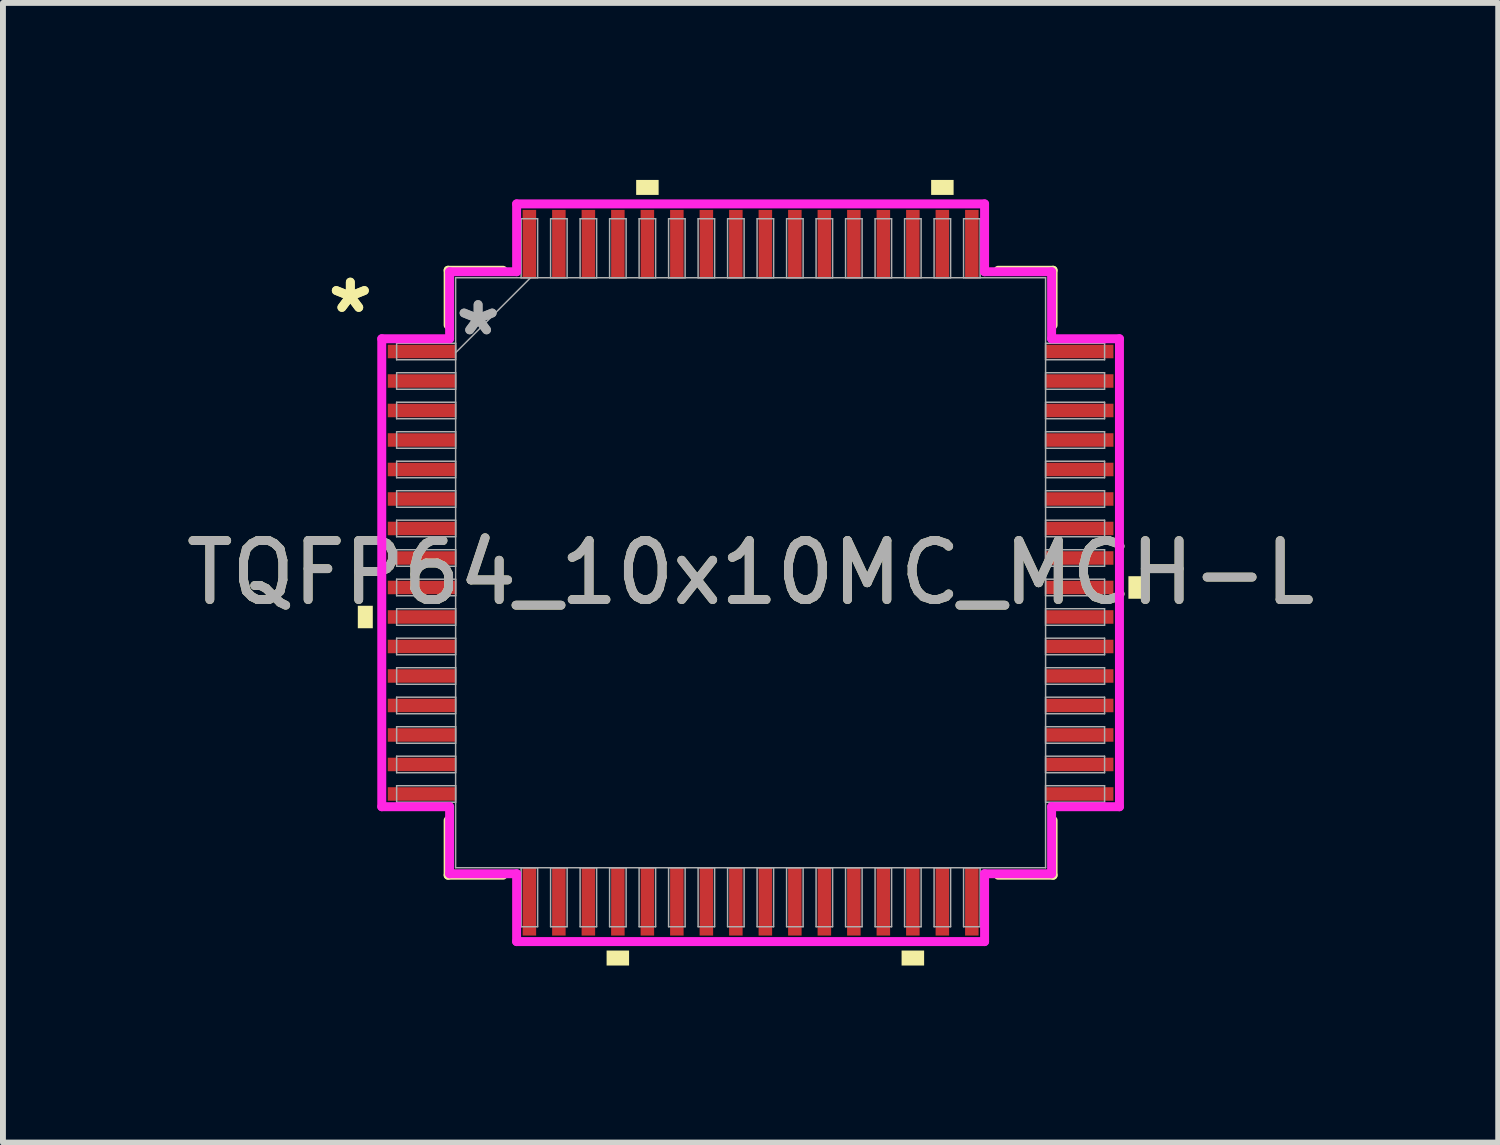
<source format=kicad_pcb>
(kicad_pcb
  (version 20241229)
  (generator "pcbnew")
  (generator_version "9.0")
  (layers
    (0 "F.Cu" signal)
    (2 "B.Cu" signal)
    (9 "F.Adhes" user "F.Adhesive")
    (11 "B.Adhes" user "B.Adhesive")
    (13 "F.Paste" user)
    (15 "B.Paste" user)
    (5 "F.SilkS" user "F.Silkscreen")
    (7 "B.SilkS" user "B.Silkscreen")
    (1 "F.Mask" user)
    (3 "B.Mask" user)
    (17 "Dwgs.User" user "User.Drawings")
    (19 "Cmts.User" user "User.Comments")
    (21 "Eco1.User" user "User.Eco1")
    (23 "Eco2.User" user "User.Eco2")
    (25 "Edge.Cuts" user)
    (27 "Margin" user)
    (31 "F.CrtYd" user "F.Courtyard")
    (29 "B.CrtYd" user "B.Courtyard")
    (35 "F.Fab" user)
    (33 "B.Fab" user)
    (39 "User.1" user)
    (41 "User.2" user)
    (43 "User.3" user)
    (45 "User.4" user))
  (footprint "TQFP64_10x10MC_MCH-L"
    (layer "F.Cu")
    (at 9.673 6.658)
    (property "Reference" "TQFP64_10x10MC_MCH-L" (at 0 0 0) (unlocked yes) (layer "F.SilkS") (effects (font (size 1 1) (thickness 0.15))))
    (attr smd)
    (fp_line (start -5.127 -5.127) (end -5.127 -4.197) (stroke (width 0.152) (type solid)) (layer "F.SilkS"))
    (fp_line (start -5.127 4.197) (end -5.127 5.127) (stroke (width 0.152) (type solid)) (layer "F.SilkS"))
    (fp_line (start -5.127 5.127) (end -4.197 5.127) (stroke (width 0.152) (type solid)) (layer "F.SilkS"))
    (fp_line (start -4.197 -5.127) (end -5.127 -5.127) (stroke (width 0.152) (type solid)) (layer "F.SilkS"))
    (fp_line (start 4.197 5.127) (end 5.127 5.127) (stroke (width 0.152) (type solid)) (layer "F.SilkS"))
    (fp_line (start 5.127 -5.127) (end 4.197 -5.127) (stroke (width 0.152) (type solid)) (layer "F.SilkS"))
    (fp_line (start 5.127 -4.197) (end 5.127 -5.127) (stroke (width 0.152) (type solid)) (layer "F.SilkS"))
    (fp_line (start 5.127 5.127) (end 5.127 4.197) (stroke (width 0.152) (type solid)) (layer "F.SilkS"))
    (fp_poly (pts (xy -6.658 0.56) (xy -6.658 0.941) (xy -6.404 0.941) (xy -6.404 0.56)) (stroke (width 0) (type solid)) (fill yes) (layer "F.SilkS"))
    (fp_poly (pts (xy -2.441 6.404) (xy -2.441 6.658) (xy -2.06 6.658) (xy -2.06 6.404)) (stroke (width 0) (type solid)) (fill yes) (layer "F.SilkS"))
    (fp_poly (pts (xy -1.94 -6.404) (xy -1.94 -6.658) (xy -1.559 -6.658) (xy -1.559 -6.404)) (stroke (width 0) (type solid)) (fill yes) (layer "F.SilkS"))
    (fp_poly (pts (xy 2.559 6.404) (xy 2.559 6.658) (xy 2.941 6.658) (xy 2.941 6.404)) (stroke (width 0) (type solid)) (fill yes) (layer "F.SilkS"))
    (fp_poly (pts (xy 3.06 -6.404) (xy 3.06 -6.658) (xy 3.441 -6.658) (xy 3.441 -6.404)) (stroke (width 0) (type solid)) (fill yes) (layer "F.SilkS"))
    (fp_poly (pts (xy 6.658 0.059) (xy 6.658 0.441) (xy 6.404 0.441) (xy 6.404 0.059)) (stroke (width 0) (type solid)) (fill yes) (layer "F.SilkS"))
    (fp_line (start -6.252 -3.966) (end -5.102 -3.966) (stroke (width 0.152) (type solid)) (layer "F.CrtYd"))
    (fp_line (start -6.252 3.966) (end -6.252 -3.966) (stroke (width 0.152) (type solid)) (layer "F.CrtYd"))
    (fp_line (start -5.102 -5.102) (end -3.966 -5.102) (stroke (width 0.152) (type solid)) (layer "F.CrtYd"))
    (fp_line (start -5.102 -3.966) (end -5.102 -5.102) (stroke (width 0.152) (type solid)) (layer "F.CrtYd"))
    (fp_line (start -5.102 3.966) (end -6.252 3.966) (stroke (width 0.152) (type solid)) (layer "F.CrtYd"))
    (fp_line (start -5.102 5.102) (end -5.102 3.966) (stroke (width 0.152) (type solid)) (layer "F.CrtYd"))
    (fp_line (start -5.102 5.102) (end -3.966 5.102) (stroke (width 0.152) (type solid)) (layer "F.CrtYd"))
    (fp_line (start -3.966 -6.252) (end 3.966 -6.252) (stroke (width 0.152) (type solid)) (layer "F.CrtYd"))
    (fp_line (start -3.966 -5.102) (end -3.966 -6.252) (stroke (width 0.152) (type solid)) (layer "F.CrtYd"))
    (fp_line (start -3.966 5.102) (end -3.966 6.252) (stroke (width 0.152) (type solid)) (layer "F.CrtYd"))
    (fp_line (start -3.966 6.252) (end 3.966 6.252) (stroke (width 0.152) (type solid)) (layer "F.CrtYd"))
    (fp_line (start 3.966 -6.252) (end 3.966 -5.102) (stroke (width 0.152) (type solid)) (layer "F.CrtYd"))
    (fp_line (start 3.966 -5.102) (end 5.102 -5.102) (stroke (width 0.152) (type solid)) (layer "F.CrtYd"))
    (fp_line (start 3.966 5.102) (end 5.102 5.102) (stroke (width 0.152) (type solid)) (layer "F.CrtYd"))
    (fp_line (start 3.966 6.252) (end 3.966 5.102) (stroke (width 0.152) (type solid)) (layer "F.CrtYd"))
    (fp_line (start 5.102 -3.966) (end 5.102 -5.102) (stroke (width 0.152) (type solid)) (layer "F.CrtYd"))
    (fp_line (start 5.102 3.966) (end 6.252 3.966) (stroke (width 0.152) (type solid)) (layer "F.CrtYd"))
    (fp_line (start 5.102 5.102) (end 5.102 3.966) (stroke (width 0.152) (type solid)) (layer "F.CrtYd"))
    (fp_line (start 6.252 -3.966) (end 5.102 -3.966) (stroke (width 0.152) (type solid)) (layer "F.CrtYd"))
    (fp_line (start 6.252 3.966) (end 6.252 -3.966) (stroke (width 0.152) (type solid)) (layer "F.CrtYd"))
    (fp_line (start -6 -3.89) (end -6 -3.61) (stroke (width 0.025) (type solid)) (layer "F.Fab"))
    (fp_line (start -6 -3.61) (end -5 -3.61) (stroke (width 0.025) (type solid)) (layer "F.Fab"))
    (fp_line (start -6 -3.39) (end -6 -3.11) (stroke (width 0.025) (type solid)) (layer "F.Fab"))
    (fp_line (start -6 -3.11) (end -5 -3.11) (stroke (width 0.025) (type solid)) (layer "F.Fab"))
    (fp_line (start -6 -2.89) (end -6 -2.61) (stroke (width 0.025) (type solid)) (layer "F.Fab"))
    (fp_line (start -6 -2.61) (end -5 -2.61) (stroke (width 0.025) (type solid)) (layer "F.Fab"))
    (fp_line (start -6 -2.39) (end -6 -2.11) (stroke (width 0.025) (type solid)) (layer "F.Fab"))
    (fp_line (start -6 -2.11) (end -5 -2.11) (stroke (width 0.025) (type solid)) (layer "F.Fab"))
    (fp_line (start -6 -1.89) (end -6 -1.61) (stroke (width 0.025) (type solid)) (layer "F.Fab"))
    (fp_line (start -6 -1.61) (end -5 -1.61) (stroke (width 0.025) (type solid)) (layer "F.Fab"))
    (fp_line (start -6 -1.39) (end -6 -1.11) (stroke (width 0.025) (type solid)) (layer "F.Fab"))
    (fp_line (start -6 -1.11) (end -5 -1.11) (stroke (width 0.025) (type solid)) (layer "F.Fab"))
    (fp_line (start -6 -0.89) (end -6 -0.61) (stroke (width 0.025) (type solid)) (layer "F.Fab"))
    (fp_line (start -6 -0.61) (end -5 -0.61) (stroke (width 0.025) (type solid)) (layer "F.Fab"))
    (fp_line (start -6 -0.39) (end -6 -0.11) (stroke (width 0.025) (type solid)) (layer "F.Fab"))
    (fp_line (start -6 -0.11) (end -5 -0.11) (stroke (width 0.025) (type solid)) (layer "F.Fab"))
    (fp_line (start -6 0.11) (end -6 0.39) (stroke (width 0.025) (type solid)) (layer "F.Fab"))
    (fp_line (start -6 0.39) (end -5 0.39) (stroke (width 0.025) (type solid)) (layer "F.Fab"))
    (fp_line (start -6 0.61) (end -6 0.89) (stroke (width 0.025) (type solid)) (layer "F.Fab"))
    (fp_line (start -6 0.89) (end -5 0.89) (stroke (width 0.025) (type solid)) (layer "F.Fab"))
    (fp_line (start -6 1.11) (end -6 1.39) (stroke (width 0.025) (type solid)) (layer "F.Fab"))
    (fp_line (start -6 1.39) (end -5 1.39) (stroke (width 0.025) (type solid)) (layer "F.Fab"))
    (fp_line (start -6 1.61) (end -6 1.89) (stroke (width 0.025) (type solid)) (layer "F.Fab"))
    (fp_line (start -6 1.89) (end -5 1.89) (stroke (width 0.025) (type solid)) (layer "F.Fab"))
    (fp_line (start -6 2.11) (end -6 2.39) (stroke (width 0.025) (type solid)) (layer "F.Fab"))
    (fp_line (start -6 2.39) (end -5 2.39) (stroke (width 0.025) (type solid)) (layer "F.Fab"))
    (fp_line (start -6 2.61) (end -6 2.89) (stroke (width 0.025) (type solid)) (layer "F.Fab"))
    (fp_line (start -6 2.89) (end -5 2.89) (stroke (width 0.025) (type solid)) (layer "F.Fab"))
    (fp_line (start -6 3.11) (end -6 3.39) (stroke (width 0.025) (type solid)) (layer "F.Fab"))
    (fp_line (start -6 3.39) (end -5 3.39) (stroke (width 0.025) (type solid)) (layer "F.Fab"))
    (fp_line (start -6 3.61) (end -6 3.89) (stroke (width 0.025) (type solid)) (layer "F.Fab"))
    (fp_line (start -6 3.89) (end -5 3.89) (stroke (width 0.025) (type solid)) (layer "F.Fab"))
    (fp_line (start -5 -5) (end -5 5) (stroke (width 0.025) (type solid)) (layer "F.Fab"))
    (fp_line (start -5 -3.89) (end -6 -3.89) (stroke (width 0.025) (type solid)) (layer "F.Fab"))
    (fp_line (start -5 -3.73) (end -3.73 -5) (stroke (width 0.025) (type solid)) (layer "F.Fab"))
    (fp_line (start -5 -3.61) (end -5 -3.89) (stroke (width 0.025) (type solid)) (layer "F.Fab"))
    (fp_line (start -5 -3.39) (end -6 -3.39) (stroke (width 0.025) (type solid)) (layer "F.Fab"))
    (fp_line (start -5 -3.11) (end -5 -3.39) (stroke (width 0.025) (type solid)) (layer "F.Fab"))
    (fp_line (start -5 -2.89) (end -6 -2.89) (stroke (width 0.025) (type solid)) (layer "F.Fab"))
    (fp_line (start -5 -2.61) (end -5 -2.89) (stroke (width 0.025) (type solid)) (layer "F.Fab"))
    (fp_line (start -5 -2.39) (end -6 -2.39) (stroke (width 0.025) (type solid)) (layer "F.Fab"))
    (fp_line (start -5 -2.11) (end -5 -2.39) (stroke (width 0.025) (type solid)) (layer "F.Fab"))
    (fp_line (start -5 -1.89) (end -6 -1.89) (stroke (width 0.025) (type solid)) (layer "F.Fab"))
    (fp_line (start -5 -1.61) (end -5 -1.89) (stroke (width 0.025) (type solid)) (layer "F.Fab"))
    (fp_line (start -5 -1.39) (end -6 -1.39) (stroke (width 0.025) (type solid)) (layer "F.Fab"))
    (fp_line (start -5 -1.11) (end -5 -1.39) (stroke (width 0.025) (type solid)) (layer "F.Fab"))
    (fp_line (start -5 -0.89) (end -6 -0.89) (stroke (width 0.025) (type solid)) (layer "F.Fab"))
    (fp_line (start -5 -0.61) (end -5 -0.89) (stroke (width 0.025) (type solid)) (layer "F.Fab"))
    (fp_line (start -5 -0.39) (end -6 -0.39) (stroke (width 0.025) (type solid)) (layer "F.Fab"))
    (fp_line (start -5 -0.11) (end -5 -0.39) (stroke (width 0.025) (type solid)) (layer "F.Fab"))
    (fp_line (start -5 0.11) (end -6 0.11) (stroke (width 0.025) (type solid)) (layer "F.Fab"))
    (fp_line (start -5 0.39) (end -5 0.11) (stroke (width 0.025) (type solid)) (layer "F.Fab"))
    (fp_line (start -5 0.61) (end -6 0.61) (stroke (width 0.025) (type solid)) (layer "F.Fab"))
    (fp_line (start -5 0.89) (end -5 0.61) (stroke (width 0.025) (type solid)) (layer "F.Fab"))
    (fp_line (start -5 1.11) (end -6 1.11) (stroke (width 0.025) (type solid)) (layer "F.Fab"))
    (fp_line (start -5 1.39) (end -5 1.11) (stroke (width 0.025) (type solid)) (layer "F.Fab"))
    (fp_line (start -5 1.61) (end -6 1.61) (stroke (width 0.025) (type solid)) (layer "F.Fab"))
    (fp_line (start -5 1.89) (end -5 1.61) (stroke (width 0.025) (type solid)) (layer "F.Fab"))
    (fp_line (start -5 2.11) (end -6 2.11) (stroke (width 0.025) (type solid)) (layer "F.Fab"))
    (fp_line (start -5 2.39) (end -5 2.11) (stroke (width 0.025) (type solid)) (layer "F.Fab"))
    (fp_line (start -5 2.61) (end -6 2.61) (stroke (width 0.025) (type solid)) (layer "F.Fab"))
    (fp_line (start -5 2.89) (end -5 2.61) (stroke (width 0.025) (type solid)) (layer "F.Fab"))
    (fp_line (start -5 3.11) (end -6 3.11) (stroke (width 0.025) (type solid)) (layer "F.Fab"))
    (fp_line (start -5 3.39) (end -5 3.11) (stroke (width 0.025) (type solid)) (layer "F.Fab"))
    (fp_line (start -5 3.61) (end -6 3.61) (stroke (width 0.025) (type solid)) (layer "F.Fab"))
    (fp_line (start -5 3.89) (end -5 3.61) (stroke (width 0.025) (type solid)) (layer "F.Fab"))
    (fp_line (start -5 5) (end 5 5) (stroke (width 0.025) (type solid)) (layer "F.Fab"))
    (fp_line (start -3.89 -6) (end -3.89 -5) (stroke (width 0.025) (type solid)) (layer "F.Fab"))
    (fp_line (start -3.89 -5) (end -3.61 -5) (stroke (width 0.025) (type solid)) (layer "F.Fab"))
    (fp_line (start -3.89 5) (end -3.89 6) (stroke (width 0.025) (type solid)) (layer "F.Fab"))
    (fp_line (start -3.89 6) (end -3.61 6) (stroke (width 0.025) (type solid)) (layer "F.Fab"))
    (fp_line (start -3.61 -6) (end -3.89 -6) (stroke (width 0.025) (type solid)) (layer "F.Fab"))
    (fp_line (start -3.61 -5) (end -3.61 -6) (stroke (width 0.025) (type solid)) (layer "F.Fab"))
    (fp_line (start -3.61 5) (end -3.89 5) (stroke (width 0.025) (type solid)) (layer "F.Fab"))
    (fp_line (start -3.61 6) (end -3.61 5) (stroke (width 0.025) (type solid)) (layer "F.Fab"))
    (fp_line (start -3.39 -6) (end -3.39 -5) (stroke (width 0.025) (type solid)) (layer "F.Fab"))
    (fp_line (start -3.39 -5) (end -3.11 -5) (stroke (width 0.025) (type solid)) (layer "F.Fab"))
    (fp_line (start -3.39 5) (end -3.39 6) (stroke (width 0.025) (type solid)) (layer "F.Fab"))
    (fp_line (start -3.39 6) (end -3.11 6) (stroke (width 0.025) (type solid)) (layer "F.Fab"))
    (fp_line (start -3.11 -6) (end -3.39 -6) (stroke (width 0.025) (type solid)) (layer "F.Fab"))
    (fp_line (start -3.11 -5) (end -3.11 -6) (stroke (width 0.025) (type solid)) (layer "F.Fab"))
    (fp_line (start -3.11 5) (end -3.39 5) (stroke (width 0.025) (type solid)) (layer "F.Fab"))
    (fp_line (start -3.11 6) (end -3.11 5) (stroke (width 0.025) (type solid)) (layer "F.Fab"))
    (fp_line (start -2.89 -6) (end -2.89 -5) (stroke (width 0.025) (type solid)) (layer "F.Fab"))
    (fp_line (start -2.89 -5) (end -2.61 -5) (stroke (width 0.025) (type solid)) (layer "F.Fab"))
    (fp_line (start -2.89 5) (end -2.89 6) (stroke (width 0.025) (type solid)) (layer "F.Fab"))
    (fp_line (start -2.89 6) (end -2.61 6) (stroke (width 0.025) (type solid)) (layer "F.Fab"))
    (fp_line (start -2.61 -6) (end -2.89 -6) (stroke (width 0.025) (type solid)) (layer "F.Fab"))
    (fp_line (start -2.61 -5) (end -2.61 -6) (stroke (width 0.025) (type solid)) (layer "F.Fab"))
    (fp_line (start -2.61 5) (end -2.89 5) (stroke (width 0.025) (type solid)) (layer "F.Fab"))
    (fp_line (start -2.61 6) (end -2.61 5) (stroke (width 0.025) (type solid)) (layer "F.Fab"))
    (fp_line (start -2.39 -6) (end -2.39 -5) (stroke (width 0.025) (type solid)) (layer "F.Fab"))
    (fp_line (start -2.39 -5) (end -2.11 -5) (stroke (width 0.025) (type solid)) (layer "F.Fab"))
    (fp_line (start -2.39 5) (end -2.39 6) (stroke (width 0.025) (type solid)) (layer "F.Fab"))
    (fp_line (start -2.39 6) (end -2.11 6) (stroke (width 0.025) (type solid)) (layer "F.Fab"))
    (fp_line (start -2.11 -6) (end -2.39 -6) (stroke (width 0.025) (type solid)) (layer "F.Fab"))
    (fp_line (start -2.11 -5) (end -2.11 -6) (stroke (width 0.025) (type solid)) (layer "F.Fab"))
    (fp_line (start -2.11 5) (end -2.39 5) (stroke (width 0.025) (type solid)) (layer "F.Fab"))
    (fp_line (start -2.11 6) (end -2.11 5) (stroke (width 0.025) (type solid)) (layer "F.Fab"))
    (fp_line (start -1.89 -6) (end -1.89 -5) (stroke (width 0.025) (type solid)) (layer "F.Fab"))
    (fp_line (start -1.89 -5) (end -1.61 -5) (stroke (width 0.025) (type solid)) (layer "F.Fab"))
    (fp_line (start -1.89 5) (end -1.89 6) (stroke (width 0.025) (type solid)) (layer "F.Fab"))
    (fp_line (start -1.89 6) (end -1.61 6) (stroke (width 0.025) (type solid)) (layer "F.Fab"))
    (fp_line (start -1.61 -6) (end -1.89 -6) (stroke (width 0.025) (type solid)) (layer "F.Fab"))
    (fp_line (start -1.61 -5) (end -1.61 -6) (stroke (width 0.025) (type solid)) (layer "F.Fab"))
    (fp_line (start -1.61 5) (end -1.89 5) (stroke (width 0.025) (type solid)) (layer "F.Fab"))
    (fp_line (start -1.61 6) (end -1.61 5) (stroke (width 0.025) (type solid)) (layer "F.Fab"))
    (fp_line (start -1.39 -6) (end -1.39 -5) (stroke (width 0.025) (type solid)) (layer "F.Fab"))
    (fp_line (start -1.39 -5) (end -1.11 -5) (stroke (width 0.025) (type solid)) (layer "F.Fab"))
    (fp_line (start -1.39 5) (end -1.39 6) (stroke (width 0.025) (type solid)) (layer "F.Fab"))
    (fp_line (start -1.39 6) (end -1.11 6) (stroke (width 0.025) (type solid)) (layer "F.Fab"))
    (fp_line (start -1.11 -6) (end -1.39 -6) (stroke (width 0.025) (type solid)) (layer "F.Fab"))
    (fp_line (start -1.11 -5) (end -1.11 -6) (stroke (width 0.025) (type solid)) (layer "F.Fab"))
    (fp_line (start -1.11 5) (end -1.39 5) (stroke (width 0.025) (type solid)) (layer "F.Fab"))
    (fp_line (start -1.11 6) (end -1.11 5) (stroke (width 0.025) (type solid)) (layer "F.Fab"))
    (fp_line (start -0.89 -6) (end -0.89 -5) (stroke (width 0.025) (type solid)) (layer "F.Fab"))
    (fp_line (start -0.89 -5) (end -0.61 -5) (stroke (width 0.025) (type solid)) (layer "F.Fab"))
    (fp_line (start -0.89 5) (end -0.89 6) (stroke (width 0.025) (type solid)) (layer "F.Fab"))
    (fp_line (start -0.89 6) (end -0.61 6) (stroke (width 0.025) (type solid)) (layer "F.Fab"))
    (fp_line (start -0.61 -6) (end -0.89 -6) (stroke (width 0.025) (type solid)) (layer "F.Fab"))
    (fp_line (start -0.61 -5) (end -0.61 -6) (stroke (width 0.025) (type solid)) (layer "F.Fab"))
    (fp_line (start -0.61 5) (end -0.89 5) (stroke (width 0.025) (type solid)) (layer "F.Fab"))
    (fp_line (start -0.61 6) (end -0.61 5) (stroke (width 0.025) (type solid)) (layer "F.Fab"))
    (fp_line (start -0.39 -6) (end -0.39 -5) (stroke (width 0.025) (type solid)) (layer "F.Fab"))
    (fp_line (start -0.39 -5) (end -0.11 -5) (stroke (width 0.025) (type solid)) (layer "F.Fab"))
    (fp_line (start -0.39 5) (end -0.39 6) (stroke (width 0.025) (type solid)) (layer "F.Fab"))
    (fp_line (start -0.39 6) (end -0.11 6) (stroke (width 0.025) (type solid)) (layer "F.Fab"))
    (fp_line (start -0.11 -6) (end -0.39 -6) (stroke (width 0.025) (type solid)) (layer "F.Fab"))
    (fp_line (start -0.11 -5) (end -0.11 -6) (stroke (width 0.025) (type solid)) (layer "F.Fab"))
    (fp_line (start -0.11 5) (end -0.39 5) (stroke (width 0.025) (type solid)) (layer "F.Fab"))
    (fp_line (start -0.11 6) (end -0.11 5) (stroke (width 0.025) (type solid)) (layer "F.Fab"))
    (fp_line (start 0.11 -6) (end 0.11 -5) (stroke (width 0.025) (type solid)) (layer "F.Fab"))
    (fp_line (start 0.11 -5) (end 0.39 -5) (stroke (width 0.025) (type solid)) (layer "F.Fab"))
    (fp_line (start 0.11 5) (end 0.11 6) (stroke (width 0.025) (type solid)) (layer "F.Fab"))
    (fp_line (start 0.11 6) (end 0.39 6) (stroke (width 0.025) (type solid)) (layer "F.Fab"))
    (fp_line (start 0.39 -6) (end 0.11 -6) (stroke (width 0.025) (type solid)) (layer "F.Fab"))
    (fp_line (start 0.39 -5) (end 0.39 -6) (stroke (width 0.025) (type solid)) (layer "F.Fab"))
    (fp_line (start 0.39 5) (end 0.11 5) (stroke (width 0.025) (type solid)) (layer "F.Fab"))
    (fp_line (start 0.39 6) (end 0.39 5) (stroke (width 0.025) (type solid)) (layer "F.Fab"))
    (fp_line (start 0.61 -6) (end 0.61 -5) (stroke (width 0.025) (type solid)) (layer "F.Fab"))
    (fp_line (start 0.61 -5) (end 0.89 -5) (stroke (width 0.025) (type solid)) (layer "F.Fab"))
    (fp_line (start 0.61 5) (end 0.61 6) (stroke (width 0.025) (type solid)) (layer "F.Fab"))
    (fp_line (start 0.61 6) (end 0.89 6) (stroke (width 0.025) (type solid)) (layer "F.Fab"))
    (fp_line (start 0.89 -6) (end 0.61 -6) (stroke (width 0.025) (type solid)) (layer "F.Fab"))
    (fp_line (start 0.89 -5) (end 0.89 -6) (stroke (width 0.025) (type solid)) (layer "F.Fab"))
    (fp_line (start 0.89 5) (end 0.61 5) (stroke (width 0.025) (type solid)) (layer "F.Fab"))
    (fp_line (start 0.89 6) (end 0.89 5) (stroke (width 0.025) (type solid)) (layer "F.Fab"))
    (fp_line (start 1.11 -6) (end 1.11 -5) (stroke (width 0.025) (type solid)) (layer "F.Fab"))
    (fp_line (start 1.11 -5) (end 1.39 -5) (stroke (width 0.025) (type solid)) (layer "F.Fab"))
    (fp_line (start 1.11 5) (end 1.11 6) (stroke (width 0.025) (type solid)) (layer "F.Fab"))
    (fp_line (start 1.11 6) (end 1.39 6) (stroke (width 0.025) (type solid)) (layer "F.Fab"))
    (fp_line (start 1.39 -6) (end 1.11 -6) (stroke (width 0.025) (type solid)) (layer "F.Fab"))
    (fp_line (start 1.39 -5) (end 1.39 -6) (stroke (width 0.025) (type solid)) (layer "F.Fab"))
    (fp_line (start 1.39 5) (end 1.11 5) (stroke (width 0.025) (type solid)) (layer "F.Fab"))
    (fp_line (start 1.39 6) (end 1.39 5) (stroke (width 0.025) (type solid)) (layer "F.Fab"))
    (fp_line (start 1.61 -6) (end 1.61 -5) (stroke (width 0.025) (type solid)) (layer "F.Fab"))
    (fp_line (start 1.61 -5) (end 1.89 -5) (stroke (width 0.025) (type solid)) (layer "F.Fab"))
    (fp_line (start 1.61 5) (end 1.61 6) (stroke (width 0.025) (type solid)) (layer "F.Fab"))
    (fp_line (start 1.61 6) (end 1.89 6) (stroke (width 0.025) (type solid)) (layer "F.Fab"))
    (fp_line (start 1.89 -6) (end 1.61 -6) (stroke (width 0.025) (type solid)) (layer "F.Fab"))
    (fp_line (start 1.89 -5) (end 1.89 -6) (stroke (width 0.025) (type solid)) (layer "F.Fab"))
    (fp_line (start 1.89 5) (end 1.61 5) (stroke (width 0.025) (type solid)) (layer "F.Fab"))
    (fp_line (start 1.89 6) (end 1.89 5) (stroke (width 0.025) (type solid)) (layer "F.Fab"))
    (fp_line (start 2.11 -6) (end 2.11 -5) (stroke (width 0.025) (type solid)) (layer "F.Fab"))
    (fp_line (start 2.11 -5) (end 2.39 -5) (stroke (width 0.025) (type solid)) (layer "F.Fab"))
    (fp_line (start 2.11 5) (end 2.11 6) (stroke (width 0.025) (type solid)) (layer "F.Fab"))
    (fp_line (start 2.11 6) (end 2.39 6) (stroke (width 0.025) (type solid)) (layer "F.Fab"))
    (fp_line (start 2.39 -6) (end 2.11 -6) (stroke (width 0.025) (type solid)) (layer "F.Fab"))
    (fp_line (start 2.39 -5) (end 2.39 -6) (stroke (width 0.025) (type solid)) (layer "F.Fab"))
    (fp_line (start 2.39 5) (end 2.11 5) (stroke (width 0.025) (type solid)) (layer "F.Fab"))
    (fp_line (start 2.39 6) (end 2.39 5) (stroke (width 0.025) (type solid)) (layer "F.Fab"))
    (fp_line (start 2.61 -6) (end 2.61 -5) (stroke (width 0.025) (type solid)) (layer "F.Fab"))
    (fp_line (start 2.61 -5) (end 2.89 -5) (stroke (width 0.025) (type solid)) (layer "F.Fab"))
    (fp_line (start 2.61 5) (end 2.61 6) (stroke (width 0.025) (type solid)) (layer "F.Fab"))
    (fp_line (start 2.61 6) (end 2.89 6) (stroke (width 0.025) (type solid)) (layer "F.Fab"))
    (fp_line (start 2.89 -6) (end 2.61 -6) (stroke (width 0.025) (type solid)) (layer "F.Fab"))
    (fp_line (start 2.89 -5) (end 2.89 -6) (stroke (width 0.025) (type solid)) (layer "F.Fab"))
    (fp_line (start 2.89 5) (end 2.61 5) (stroke (width 0.025) (type solid)) (layer "F.Fab"))
    (fp_line (start 2.89 6) (end 2.89 5) (stroke (width 0.025) (type solid)) (layer "F.Fab"))
    (fp_line (start 3.11 -6) (end 3.11 -5) (stroke (width 0.025) (type solid)) (layer "F.Fab"))
    (fp_line (start 3.11 -5) (end 3.39 -5) (stroke (width 0.025) (type solid)) (layer "F.Fab"))
    (fp_line (start 3.11 5) (end 3.11 6) (stroke (width 0.025) (type solid)) (layer "F.Fab"))
    (fp_line (start 3.11 6) (end 3.39 6) (stroke (width 0.025) (type solid)) (layer "F.Fab"))
    (fp_line (start 3.39 -6) (end 3.11 -6) (stroke (width 0.025) (type solid)) (layer "F.Fab"))
    (fp_line (start 3.39 -5) (end 3.39 -6) (stroke (width 0.025) (type solid)) (layer "F.Fab"))
    (fp_line (start 3.39 5) (end 3.11 5) (stroke (width 0.025) (type solid)) (layer "F.Fab"))
    (fp_line (start 3.39 6) (end 3.39 5) (stroke (width 0.025) (type solid)) (layer "F.Fab"))
    (fp_line (start 3.61 -6) (end 3.61 -5) (stroke (width 0.025) (type solid)) (layer "F.Fab"))
    (fp_line (start 3.61 -5) (end 3.89 -5) (stroke (width 0.025) (type solid)) (layer "F.Fab"))
    (fp_line (start 3.61 5) (end 3.61 6) (stroke (width 0.025) (type solid)) (layer "F.Fab"))
    (fp_line (start 3.61 6) (end 3.89 6) (stroke (width 0.025) (type solid)) (layer "F.Fab"))
    (fp_line (start 3.89 -6) (end 3.61 -6) (stroke (width 0.025) (type solid)) (layer "F.Fab"))
    (fp_line (start 3.89 -5) (end 3.89 -6) (stroke (width 0.025) (type solid)) (layer "F.Fab"))
    (fp_line (start 3.89 5) (end 3.61 5) (stroke (width 0.025) (type solid)) (layer "F.Fab"))
    (fp_line (start 3.89 6) (end 3.89 5) (stroke (width 0.025) (type solid)) (layer "F.Fab"))
    (fp_line (start 5 -5) (end -5 -5) (stroke (width 0.025) (type solid)) (layer "F.Fab"))
    (fp_line (start 5 -3.89) (end 5 -3.61) (stroke (width 0.025) (type solid)) (layer "F.Fab"))
    (fp_line (start 5 -3.61) (end 6 -3.61) (stroke (width 0.025) (type solid)) (layer "F.Fab"))
    (fp_line (start 5 -3.39) (end 5 -3.11) (stroke (width 0.025) (type solid)) (layer "F.Fab"))
    (fp_line (start 5 -3.11) (end 6 -3.11) (stroke (width 0.025) (type solid)) (layer "F.Fab"))
    (fp_line (start 5 -2.89) (end 5 -2.61) (stroke (width 0.025) (type solid)) (layer "F.Fab"))
    (fp_line (start 5 -2.61) (end 6 -2.61) (stroke (width 0.025) (type solid)) (layer "F.Fab"))
    (fp_line (start 5 -2.39) (end 5 -2.11) (stroke (width 0.025) (type solid)) (layer "F.Fab"))
    (fp_line (start 5 -2.11) (end 6 -2.11) (stroke (width 0.025) (type solid)) (layer "F.Fab"))
    (fp_line (start 5 -1.89) (end 5 -1.61) (stroke (width 0.025) (type solid)) (layer "F.Fab"))
    (fp_line (start 5 -1.61) (end 6 -1.61) (stroke (width 0.025) (type solid)) (layer "F.Fab"))
    (fp_line (start 5 -1.39) (end 5 -1.11) (stroke (width 0.025) (type solid)) (layer "F.Fab"))
    (fp_line (start 5 -1.11) (end 6 -1.11) (stroke (width 0.025) (type solid)) (layer "F.Fab"))
    (fp_line (start 5 -0.89) (end 5 -0.61) (stroke (width 0.025) (type solid)) (layer "F.Fab"))
    (fp_line (start 5 -0.61) (end 6 -0.61) (stroke (width 0.025) (type solid)) (layer "F.Fab"))
    (fp_line (start 5 -0.39) (end 5 -0.11) (stroke (width 0.025) (type solid)) (layer "F.Fab"))
    (fp_line (start 5 -0.11) (end 6 -0.11) (stroke (width 0.025) (type solid)) (layer "F.Fab"))
    (fp_line (start 5 0.11) (end 5 0.39) (stroke (width 0.025) (type solid)) (layer "F.Fab"))
    (fp_line (start 5 0.39) (end 6 0.39) (stroke (width 0.025) (type solid)) (layer "F.Fab"))
    (fp_line (start 5 0.61) (end 5 0.89) (stroke (width 0.025) (type solid)) (layer "F.Fab"))
    (fp_line (start 5 0.89) (end 6 0.89) (stroke (width 0.025) (type solid)) (layer "F.Fab"))
    (fp_line (start 5 1.11) (end 5 1.39) (stroke (width 0.025) (type solid)) (layer "F.Fab"))
    (fp_line (start 5 1.39) (end 6 1.39) (stroke (width 0.025) (type solid)) (layer "F.Fab"))
    (fp_line (start 5 1.61) (end 5 1.89) (stroke (width 0.025) (type solid)) (layer "F.Fab"))
    (fp_line (start 5 1.89) (end 6 1.89) (stroke (width 0.025) (type solid)) (layer "F.Fab"))
    (fp_line (start 5 2.11) (end 5 2.39) (stroke (width 0.025) (type solid)) (layer "F.Fab"))
    (fp_line (start 5 2.39) (end 6 2.39) (stroke (width 0.025) (type solid)) (layer "F.Fab"))
    (fp_line (start 5 2.61) (end 5 2.89) (stroke (width 0.025) (type solid)) (layer "F.Fab"))
    (fp_line (start 5 2.89) (end 6 2.89) (stroke (width 0.025) (type solid)) (layer "F.Fab"))
    (fp_line (start 5 3.11) (end 5 3.39) (stroke (width 0.025) (type solid)) (layer "F.Fab"))
    (fp_line (start 5 3.39) (end 6 3.39) (stroke (width 0.025) (type solid)) (layer "F.Fab"))
    (fp_line (start 5 3.61) (end 5 3.89) (stroke (width 0.025) (type solid)) (layer "F.Fab"))
    (fp_line (start 5 3.89) (end 6 3.89) (stroke (width 0.025) (type solid)) (layer "F.Fab"))
    (fp_line (start 5 5) (end 5 -5) (stroke (width 0.025) (type solid)) (layer "F.Fab"))
    (fp_line (start 6 -3.89) (end 5 -3.89) (stroke (width 0.025) (type solid)) (layer "F.Fab"))
    (fp_line (start 6 -3.61) (end 6 -3.89) (stroke (width 0.025) (type solid)) (layer "F.Fab"))
    (fp_line (start 6 -3.39) (end 5 -3.39) (stroke (width 0.025) (type solid)) (layer "F.Fab"))
    (fp_line (start 6 -3.11) (end 6 -3.39) (stroke (width 0.025) (type solid)) (layer "F.Fab"))
    (fp_line (start 6 -2.89) (end 5 -2.89) (stroke (width 0.025) (type solid)) (layer "F.Fab"))
    (fp_line (start 6 -2.61) (end 6 -2.89) (stroke (width 0.025) (type solid)) (layer "F.Fab"))
    (fp_line (start 6 -2.39) (end 5 -2.39) (stroke (width 0.025) (type solid)) (layer "F.Fab"))
    (fp_line (start 6 -2.11) (end 6 -2.39) (stroke (width 0.025) (type solid)) (layer "F.Fab"))
    (fp_line (start 6 -1.89) (end 5 -1.89) (stroke (width 0.025) (type solid)) (layer "F.Fab"))
    (fp_line (start 6 -1.61) (end 6 -1.89) (stroke (width 0.025) (type solid)) (layer "F.Fab"))
    (fp_line (start 6 -1.39) (end 5 -1.39) (stroke (width 0.025) (type solid)) (layer "F.Fab"))
    (fp_line (start 6 -1.11) (end 6 -1.39) (stroke (width 0.025) (type solid)) (layer "F.Fab"))
    (fp_line (start 6 -0.89) (end 5 -0.89) (stroke (width 0.025) (type solid)) (layer "F.Fab"))
    (fp_line (start 6 -0.61) (end 6 -0.89) (stroke (width 0.025) (type solid)) (layer "F.Fab"))
    (fp_line (start 6 -0.39) (end 5 -0.39) (stroke (width 0.025) (type solid)) (layer "F.Fab"))
    (fp_line (start 6 -0.11) (end 6 -0.39) (stroke (width 0.025) (type solid)) (layer "F.Fab"))
    (fp_line (start 6 0.11) (end 5 0.11) (stroke (width 0.025) (type solid)) (layer "F.Fab"))
    (fp_line (start 6 0.39) (end 6 0.11) (stroke (width 0.025) (type solid)) (layer "F.Fab"))
    (fp_line (start 6 0.61) (end 5 0.61) (stroke (width 0.025) (type solid)) (layer "F.Fab"))
    (fp_line (start 6 0.89) (end 6 0.61) (stroke (width 0.025) (type solid)) (layer "F.Fab"))
    (fp_line (start 6 1.11) (end 5 1.11) (stroke (width 0.025) (type solid)) (layer "F.Fab"))
    (fp_line (start 6 1.39) (end 6 1.11) (stroke (width 0.025) (type solid)) (layer "F.Fab"))
    (fp_line (start 6 1.61) (end 5 1.61) (stroke (width 0.025) (type solid)) (layer "F.Fab"))
    (fp_line (start 6 1.89) (end 6 1.61) (stroke (width 0.025) (type solid)) (layer "F.Fab"))
    (fp_line (start 6 2.11) (end 5 2.11) (stroke (width 0.025) (type solid)) (layer "F.Fab"))
    (fp_line (start 6 2.39) (end 6 2.11) (stroke (width 0.025) (type solid)) (layer "F.Fab"))
    (fp_line (start 6 2.61) (end 5 2.61) (stroke (width 0.025) (type solid)) (layer "F.Fab"))
    (fp_line (start 6 2.89) (end 6 2.61) (stroke (width 0.025) (type solid)) (layer "F.Fab"))
    (fp_line (start 6 3.11) (end 5 3.11) (stroke (width 0.025) (type solid)) (layer "F.Fab"))
    (fp_line (start 6 3.39) (end 6 3.11) (stroke (width 0.025) (type solid)) (layer "F.Fab"))
    (fp_line (start 6 3.61) (end 5 3.61) (stroke (width 0.025) (type solid)) (layer "F.Fab"))
    (fp_line (start 6 3.89) (end 6 3.61) (stroke (width 0.025) (type solid)) (layer "F.Fab"))
    (fp_text user "*" (at -6.785 -4.381 0) (layer "F.SilkS") (effects (font (size 1 1) (thickness 0.15))))
    (fp_text user "*" (at -6.785 -4.381 0) (unlocked yes) (layer "F.SilkS") (effects (font (size 1 1) (thickness 0.15))))
    (fp_text user "*" (at -4.619 -4 0) (layer "F.Fab") (effects (font (size 1 1) (thickness 0.15))))
    (fp_text user "${REFERENCE}" (at 0 0 0) (unlocked yes) (layer "F.Fab") (effects (font (size 1 1) (thickness 0.15))))
    (fp_text user "*" (at -4.619 -4 0) (unlocked yes) (layer "F.Fab") (effects (font (size 1 1) (thickness 0.15))))
    (pad "1" smd rect (at -5.569 -3.75 90) (size 0.229 1.162) (layers "F.Cu" "F.Mask" "F.Paste"))
    (pad "2" smd rect (at -5.569 -3.25 90) (size 0.229 1.162) (layers "F.Cu" "F.Mask" "F.Paste"))
    (pad "3" smd rect (at -5.569 -2.75 90) (size 0.229 1.162) (layers "F.Cu" "F.Mask" "F.Paste"))
    (pad "4" smd rect (at -5.569 -2.25 90) (size 0.229 1.162) (layers "F.Cu" "F.Mask" "F.Paste"))
    (pad "5" smd rect (at -5.569 -1.75 90) (size 0.229 1.162) (layers "F.Cu" "F.Mask" "F.Paste"))
    (pad "6" smd rect (at -5.569 -1.25 90) (size 0.229 1.162) (layers "F.Cu" "F.Mask" "F.Paste"))
    (pad "7" smd rect (at -5.569 -0.75 90) (size 0.229 1.162) (layers "F.Cu" "F.Mask" "F.Paste"))
    (pad "8" smd rect (at -5.569 -0.25 90) (size 0.229 1.162) (layers "F.Cu" "F.Mask" "F.Paste"))
    (pad "9" smd rect (at -5.569 0.25 90) (size 0.229 1.162) (layers "F.Cu" "F.Mask" "F.Paste"))
    (pad "10" smd rect (at -5.569 0.75 90) (size 0.229 1.162) (layers "F.Cu" "F.Mask" "F.Paste"))
    (pad "11" smd rect (at -5.569 1.25 90) (size 0.229 1.162) (layers "F.Cu" "F.Mask" "F.Paste"))
    (pad "12" smd rect (at -5.569 1.75 90) (size 0.229 1.162) (layers "F.Cu" "F.Mask" "F.Paste"))
    (pad "13" smd rect (at -5.569 2.25 90) (size 0.229 1.162) (layers "F.Cu" "F.Mask" "F.Paste"))
    (pad "14" smd rect (at -5.569 2.75 90) (size 0.229 1.162) (layers "F.Cu" "F.Mask" "F.Paste"))
    (pad "15" smd rect (at -5.569 3.25 90) (size 0.229 1.162) (layers "F.Cu" "F.Mask" "F.Paste"))
    (pad "16" smd rect (at -5.569 3.75 90) (size 0.229 1.162) (layers "F.Cu" "F.Mask" "F.Paste"))
    (pad "17" smd rect (at -3.75 5.569) (size 0.229 1.162) (layers "F.Cu" "F.Mask" "F.Paste"))
    (pad "18" smd rect (at -3.25 5.569) (size 0.229 1.162) (layers "F.Cu" "F.Mask" "F.Paste"))
    (pad "19" smd rect (at -2.75 5.569) (size 0.229 1.162) (layers "F.Cu" "F.Mask" "F.Paste"))
    (pad "20" smd rect (at -2.25 5.569) (size 0.229 1.162) (layers "F.Cu" "F.Mask" "F.Paste"))
    (pad "21" smd rect (at -1.75 5.569) (size 0.229 1.162) (layers "F.Cu" "F.Mask" "F.Paste"))
    (pad "22" smd rect (at -1.25 5.569) (size 0.229 1.162) (layers "F.Cu" "F.Mask" "F.Paste"))
    (pad "23" smd rect (at -0.75 5.569) (size 0.229 1.162) (layers "F.Cu" "F.Mask" "F.Paste"))
    (pad "24" smd rect (at -0.25 5.569) (size 0.229 1.162) (layers "F.Cu" "F.Mask" "F.Paste"))
    (pad "25" smd rect (at 0.25 5.569) (size 0.229 1.162) (layers "F.Cu" "F.Mask" "F.Paste"))
    (pad "26" smd rect (at 0.75 5.569) (size 0.229 1.162) (layers "F.Cu" "F.Mask" "F.Paste"))
    (pad "27" smd rect (at 1.25 5.569) (size 0.229 1.162) (layers "F.Cu" "F.Mask" "F.Paste"))
    (pad "28" smd rect (at 1.75 5.569) (size 0.229 1.162) (layers "F.Cu" "F.Mask" "F.Paste"))
    (pad "29" smd rect (at 2.25 5.569) (size 0.229 1.162) (layers "F.Cu" "F.Mask" "F.Paste"))
    (pad "30" smd rect (at 2.75 5.569) (size 0.229 1.162) (layers "F.Cu" "F.Mask" "F.Paste"))
    (pad "31" smd rect (at 3.25 5.569) (size 0.229 1.162) (layers "F.Cu" "F.Mask" "F.Paste"))
    (pad "32" smd rect (at 3.75 5.569) (size 0.229 1.162) (layers "F.Cu" "F.Mask" "F.Paste"))
    (pad "33" smd rect (at 5.569 3.75 90) (size 0.229 1.162) (layers "F.Cu" "F.Mask" "F.Paste"))
    (pad "34" smd rect (at 5.569 3.25 90) (size 0.229 1.162) (layers "F.Cu" "F.Mask" "F.Paste"))
    (pad "35" smd rect (at 5.569 2.75 90) (size 0.229 1.162) (layers "F.Cu" "F.Mask" "F.Paste"))
    (pad "36" smd rect (at 5.569 2.25 90) (size 0.229 1.162) (layers "F.Cu" "F.Mask" "F.Paste"))
    (pad "37" smd rect (at 5.569 1.75 90) (size 0.229 1.162) (layers "F.Cu" "F.Mask" "F.Paste"))
    (pad "38" smd rect (at 5.569 1.25 90) (size 0.229 1.162) (layers "F.Cu" "F.Mask" "F.Paste"))
    (pad "39" smd rect (at 5.569 0.75 90) (size 0.229 1.162) (layers "F.Cu" "F.Mask" "F.Paste"))
    (pad "40" smd rect (at 5.569 0.25 90) (size 0.229 1.162) (layers "F.Cu" "F.Mask" "F.Paste"))
    (pad "41" smd rect (at 5.569 -0.25 90) (size 0.229 1.162) (layers "F.Cu" "F.Mask" "F.Paste"))
    (pad "42" smd rect (at 5.569 -0.75 90) (size 0.229 1.162) (layers "F.Cu" "F.Mask" "F.Paste"))
    (pad "43" smd rect (at 5.569 -1.25 90) (size 0.229 1.162) (layers "F.Cu" "F.Mask" "F.Paste"))
    (pad "44" smd rect (at 5.569 -1.75 90) (size 0.229 1.162) (layers "F.Cu" "F.Mask" "F.Paste"))
    (pad "45" smd rect (at 5.569 -2.25 90) (size 0.229 1.162) (layers "F.Cu" "F.Mask" "F.Paste"))
    (pad "46" smd rect (at 5.569 -2.75 90) (size 0.229 1.162) (layers "F.Cu" "F.Mask" "F.Paste"))
    (pad "47" smd rect (at 5.569 -3.25 90) (size 0.229 1.162) (layers "F.Cu" "F.Mask" "F.Paste"))
    (pad "48" smd rect (at 5.569 -3.75 90) (size 0.229 1.162) (layers "F.Cu" "F.Mask" "F.Paste"))
    (pad "49" smd rect (at 3.75 -5.569) (size 0.229 1.162) (layers "F.Cu" "F.Mask" "F.Paste"))
    (pad "50" smd rect (at 3.25 -5.569) (size 0.229 1.162) (layers "F.Cu" "F.Mask" "F.Paste"))
    (pad "51" smd rect (at 2.75 -5.569) (size 0.229 1.162) (layers "F.Cu" "F.Mask" "F.Paste"))
    (pad "52" smd rect (at 2.25 -5.569) (size 0.229 1.162) (layers "F.Cu" "F.Mask" "F.Paste"))
    (pad "53" smd rect (at 1.75 -5.569) (size 0.229 1.162) (layers "F.Cu" "F.Mask" "F.Paste"))
    (pad "54" smd rect (at 1.25 -5.569) (size 0.229 1.162) (layers "F.Cu" "F.Mask" "F.Paste"))
    (pad "55" smd rect (at 0.75 -5.569) (size 0.229 1.162) (layers "F.Cu" "F.Mask" "F.Paste"))
    (pad "56" smd rect (at 0.25 -5.569) (size 0.229 1.162) (layers "F.Cu" "F.Mask" "F.Paste"))
    (pad "57" smd rect (at -0.25 -5.569) (size 0.229 1.162) (layers "F.Cu" "F.Mask" "F.Paste"))
    (pad "58" smd rect (at -0.75 -5.569) (size 0.229 1.162) (layers "F.Cu" "F.Mask" "F.Paste"))
    (pad "59" smd rect (at -1.25 -5.569) (size 0.229 1.162) (layers "F.Cu" "F.Mask" "F.Paste"))
    (pad "60" smd rect (at -1.75 -5.569) (size 0.229 1.162) (layers "F.Cu" "F.Mask" "F.Paste"))
    (pad "61" smd rect (at -2.25 -5.569) (size 0.229 1.162) (layers "F.Cu" "F.Mask" "F.Paste"))
    (pad "62" smd rect (at -2.75 -5.569) (size 0.229 1.162) (layers "F.Cu" "F.Mask" "F.Paste"))
    (pad "63" smd rect (at -3.25 -5.569) (size 0.229 1.162) (layers "F.Cu" "F.Mask" "F.Paste"))
    (pad "64" smd rect (at -3.75 -5.569) (size 0.229 1.162) (layers "F.Cu" "F.Mask" "F.Paste")))
  (gr_rect
    (start -3 -3)
    (end 22.345 16.316)
    (stroke (width 0.1) (type default))
    (fill no)
    (layer "Edge.Cuts")))
</source>
